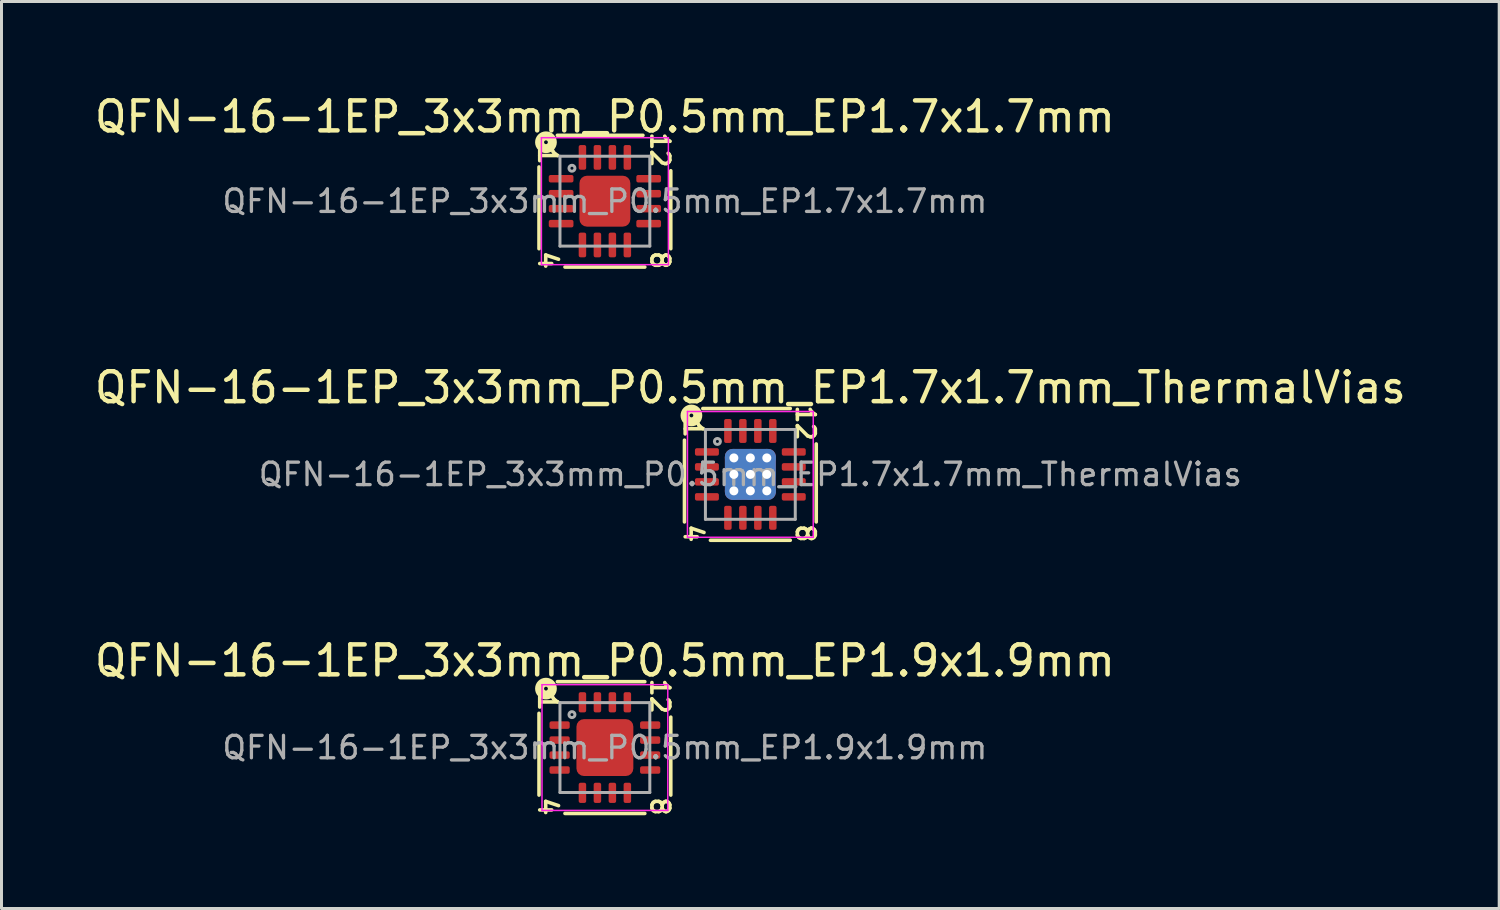
<source format=kicad_pcb>
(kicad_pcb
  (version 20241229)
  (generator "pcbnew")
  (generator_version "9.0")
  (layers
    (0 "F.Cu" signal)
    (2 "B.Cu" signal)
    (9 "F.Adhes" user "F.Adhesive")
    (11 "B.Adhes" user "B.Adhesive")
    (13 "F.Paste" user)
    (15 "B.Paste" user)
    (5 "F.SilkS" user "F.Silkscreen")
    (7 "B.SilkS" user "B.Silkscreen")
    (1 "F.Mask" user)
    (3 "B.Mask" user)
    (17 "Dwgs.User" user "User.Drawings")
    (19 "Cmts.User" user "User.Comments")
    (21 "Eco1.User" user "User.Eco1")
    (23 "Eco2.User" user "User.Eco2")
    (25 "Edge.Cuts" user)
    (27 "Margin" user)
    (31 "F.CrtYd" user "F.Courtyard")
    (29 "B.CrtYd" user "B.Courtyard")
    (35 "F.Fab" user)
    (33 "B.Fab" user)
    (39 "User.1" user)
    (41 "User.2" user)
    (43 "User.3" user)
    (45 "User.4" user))
  (footprint "QFN-16-1EP_3x3mm_P0.5mm_EP1.7x1.7mm_ThermalVias"
    (layer "F.Cu")
    (at 22.006 12.791)
    (property "Reference" "QFN-16-1EP_3x3mm_P0.5mm_EP1.7x1.7mm_ThermalVias" (at 0 -2.9 0) (layer "F.SilkS") (effects (font (size 1 1) (thickness 0.15))))
    (attr smd)
    (fp_line (start -2.2 1.587) (end -2.2 -1.143) (stroke (width 0.12) (type solid)) (layer "F.SilkS"))
    (fp_line (start -1.587 -2.2) (end 1.333 -2.2) (stroke (width 0.12) (type solid)) (layer "F.SilkS"))
    (fp_line (start 1.333 2.2) (end -1.333 2.2) (stroke (width 0.12) (type solid)) (layer "F.SilkS"))
    (fp_line (start 2.2 -1.016) (end 2.2 1.587) (stroke (width 0.12) (type solid)) (layer "F.SilkS"))
    (fp_circle (center -1.968 -1.968) (end -1.905 -1.968) (stroke (width 0.3) (type solid)) (fill no) (layer "F.SilkS"))
    (fp_line (start -2.1 -2.1) (end -2.1 2.1) (stroke (width 0.05) (type solid)) (layer "F.CrtYd"))
    (fp_line (start -2.1 2.1) (end 2.1 2.1) (stroke (width 0.05) (type solid)) (layer "F.CrtYd"))
    (fp_line (start 2.1 -2.1) (end -2.1 -2.1) (stroke (width 0.05) (type solid)) (layer "F.CrtYd"))
    (fp_line (start 2.1 2.1) (end 2.1 -2.1) (stroke (width 0.05) (type solid)) (layer "F.CrtYd"))
    (fp_line (start -1.5 -1.5) (end 1.5 -1.5) (stroke (width 0.1) (type solid)) (layer "F.Fab"))
    (fp_line (start -1.5 1.5) (end -1.5 -1.5) (stroke (width 0.1) (type solid)) (layer "F.Fab"))
    (fp_line (start 1.5 -1.5) (end 1.5 1.5) (stroke (width 0.1) (type solid)) (layer "F.Fab"))
    (fp_line (start 1.5 1.5) (end -1.5 1.5) (stroke (width 0.1) (type solid)) (layer "F.Fab"))
    (fp_circle (center -1.1 -1.1) (end -1 -1.1) (stroke (width 0.1) (type solid)) (fill no) (layer "F.Fab"))
    (fp_text user "12" (at 1.841 -1.714 270) (unlocked yes) (layer "F.SilkS") (effects (font (size 0.6 0.6) (thickness 0.12))))
    (fp_text user "1" (at -1.905 -1.524 270) (unlocked yes) (layer "F.SilkS") (effects (font (size 0.6 0.6) (thickness 0.12))))
    (fp_text user "4" (at -1.905 1.968 270) (unlocked yes) (layer "F.SilkS") (effects (font (size 0.6 0.6) (thickness 0.12))))
    (fp_text user "8" (at 1.841 1.968 270) (unlocked yes) (layer "F.SilkS") (effects (font (size 0.6 0.6) (thickness 0.12))))
    (fp_text user "${REFERENCE}" (at 0 0 0) (layer "F.Fab") (effects (font (size 0.75 0.75) (thickness 0.11))))
    (pad "" smd roundrect (at -0.425 -0.425) (size 0.74 0.74) (layers "F.Paste") (roundrect_rratio 0.25))
    (pad "" smd roundrect (at -0.425 0.425) (size 0.74 0.74) (layers "F.Paste") (roundrect_rratio 0.25))
    (pad "" smd roundrect (at 0.425 -0.425) (size 0.74 0.74) (layers "F.Paste") (roundrect_rratio 0.25))
    (pad "" smd roundrect (at 0.425 0.425) (size 0.74 0.74) (layers "F.Paste") (roundrect_rratio 0.25))
    (pad "1" smd roundrect (at -1.45 -0.75) (size 0.8 0.25) (layers "F.Cu" "F.Mask" "F.Paste") (roundrect_rratio 0.25))
    (pad "2" smd roundrect (at -1.45 -0.25) (size 0.8 0.25) (layers "F.Cu" "F.Mask" "F.Paste") (roundrect_rratio 0.25))
    (pad "3" smd roundrect (at -1.45 0.25) (size 0.8 0.25) (layers "F.Cu" "F.Mask" "F.Paste") (roundrect_rratio 0.25))
    (pad "4" smd roundrect (at -1.45 0.75) (size 0.8 0.25) (layers "F.Cu" "F.Mask" "F.Paste") (roundrect_rratio 0.25))
    (pad "5" smd roundrect (at -0.75 1.45) (size 0.25 0.8) (layers "F.Cu" "F.Mask" "F.Paste") (roundrect_rratio 0.25))
    (pad "6" smd roundrect (at -0.25 1.45) (size 0.25 0.8) (layers "F.Cu" "F.Mask" "F.Paste") (roundrect_rratio 0.25))
    (pad "7" smd roundrect (at 0.25 1.45) (size 0.25 0.8) (layers "F.Cu" "F.Mask" "F.Paste") (roundrect_rratio 0.25))
    (pad "8" smd roundrect (at 0.75 1.45) (size 0.25 0.8) (layers "F.Cu" "F.Mask" "F.Paste") (roundrect_rratio 0.25))
    (pad "9" smd roundrect (at 1.45 0.75) (size 0.8 0.25) (layers "F.Cu" "F.Mask" "F.Paste") (roundrect_rratio 0.25))
    (pad "10" smd roundrect (at 1.45 0.25) (size 0.8 0.25) (layers "F.Cu" "F.Mask" "F.Paste") (roundrect_rratio 0.25))
    (pad "11" smd roundrect (at 1.45 -0.25) (size 0.8 0.25) (layers "F.Cu" "F.Mask" "F.Paste") (roundrect_rratio 0.25))
    (pad "12" smd roundrect (at 1.45 -0.75) (size 0.8 0.25) (layers "F.Cu" "F.Mask" "F.Paste") (roundrect_rratio 0.25))
    (pad "13" smd roundrect (at 0.75 -1.45) (size 0.25 0.8) (layers "F.Cu" "F.Mask" "F.Paste") (roundrect_rratio 0.25))
    (pad "14" smd roundrect (at 0.25 -1.45) (size 0.25 0.8) (layers "F.Cu" "F.Mask" "F.Paste") (roundrect_rratio 0.25))
    (pad "15" smd roundrect (at -0.25 -1.45) (size 0.25 0.8) (layers "F.Cu" "F.Mask" "F.Paste") (roundrect_rratio 0.25))
    (pad "16" smd roundrect (at -0.75 -1.45) (size 0.25 0.8) (layers "F.Cu" "F.Mask" "F.Paste") (roundrect_rratio 0.25))
    (pad "17" thru_hole circle (at -0.55 -0.55) (size 0.6 0.6) (drill 0.3) (property pad_prop_heatsink) (layers "*.Cu"))
    (pad "17" thru_hole circle (at -0.55 0) (size 0.6 0.6) (drill 0.3) (property pad_prop_heatsink) (layers "*.Cu"))
    (pad "17" thru_hole circle (at -0.55 0.55) (size 0.6 0.6) (drill 0.3) (property pad_prop_heatsink) (layers "*.Cu"))
    (pad "17" thru_hole circle (at 0 -0.55) (size 0.6 0.6) (drill 0.3) (property pad_prop_heatsink) (layers "*.Cu"))
    (pad "17" thru_hole circle (at 0 0) (size 0.6 0.6) (drill 0.3) (property pad_prop_heatsink) (layers "*.Cu"))
    (pad "17" smd roundrect (at 0 0) (size 1.7 1.7) (layers "F.Cu" "F.Mask") (roundrect_rratio 0.147))
    (pad "17" smd roundrect (at 0 0) (size 1.7 1.7) (layers "B.Cu" "B.Mask") (roundrect_rratio 0.147))
    (pad "17" thru_hole circle (at 0 0.55) (size 0.6 0.6) (drill 0.3) (property pad_prop_heatsink) (layers "*.Cu"))
    (pad "17" thru_hole circle (at 0.55 -0.55) (size 0.6 0.6) (drill 0.3) (property pad_prop_heatsink) (layers "*.Cu"))
    (pad "17" thru_hole circle (at 0.55 0) (size 0.6 0.6) (drill 0.3) (property pad_prop_heatsink) (layers "*.Cu"))
    (pad "17" thru_hole circle (at 0.55 0.55) (size 0.6 0.6) (drill 0.3) (property pad_prop_heatsink) (layers "*.Cu")))
  (footprint "QFN-16-1EP_3x3mm_P0.5mm_EP1.9x1.9mm"
    (layer "F.Cu")
    (at 17.149 21.913)
    (property "Reference" "QFN-16-1EP_3x3mm_P0.5mm_EP1.9x1.9mm" (at 0 -2.9 0) (layer "F.SilkS") (effects (font (size 1 1) (thickness 0.15))))
    (attr smd)
    (fp_line (start -2.2 1.587) (end -2.2 -1.143) (stroke (width 0.12) (type solid)) (layer "F.SilkS"))
    (fp_line (start -1.587 -2.2) (end 1.333 -2.2) (stroke (width 0.12) (type solid)) (layer "F.SilkS"))
    (fp_line (start 1.333 2.2) (end -1.333 2.2) (stroke (width 0.12) (type solid)) (layer "F.SilkS"))
    (fp_line (start 2.2 -1.016) (end 2.2 1.587) (stroke (width 0.12) (type solid)) (layer "F.SilkS"))
    (fp_circle (center -1.968 -1.968) (end -1.905 -1.968) (stroke (width 0.3) (type solid)) (fill no) (layer "F.SilkS"))
    (fp_line (start -2.1 -2.1) (end -2.1 2.1) (stroke (width 0.05) (type solid)) (layer "F.CrtYd"))
    (fp_line (start -2.1 2.1) (end 2.1 2.1) (stroke (width 0.05) (type solid)) (layer "F.CrtYd"))
    (fp_line (start 2.1 -2.1) (end -2.1 -2.1) (stroke (width 0.05) (type solid)) (layer "F.CrtYd"))
    (fp_line (start 2.1 2.1) (end 2.1 -2.1) (stroke (width 0.05) (type solid)) (layer "F.CrtYd"))
    (fp_line (start -1.5 -1.5) (end 1.5 -1.5) (stroke (width 0.1) (type solid)) (layer "F.Fab"))
    (fp_line (start -1.5 1.5) (end -1.5 -1.5) (stroke (width 0.1) (type solid)) (layer "F.Fab"))
    (fp_line (start 1.5 -1.5) (end 1.5 1.5) (stroke (width 0.1) (type solid)) (layer "F.Fab"))
    (fp_line (start 1.5 1.5) (end -1.5 1.5) (stroke (width 0.1) (type solid)) (layer "F.Fab"))
    (fp_circle (center -1.1 -1.1) (end -1 -1.1) (stroke (width 0.1) (type solid)) (fill no) (layer "F.Fab"))
    (fp_text user "1" (at -1.905 -1.524 270) (unlocked yes) (layer "F.SilkS") (effects (font (size 0.6 0.6) (thickness 0.12))))
    (fp_text user "4" (at -1.905 1.968 270) (unlocked yes) (layer "F.SilkS") (effects (font (size 0.6 0.6) (thickness 0.12))))
    (fp_text user "8" (at 1.841 1.968 270) (unlocked yes) (layer "F.SilkS") (effects (font (size 0.6 0.6) (thickness 0.12))))
    (fp_text user "12" (at 1.841 -1.714 270) (unlocked yes) (layer "F.SilkS") (effects (font (size 0.6 0.6) (thickness 0.12))))
    (fp_text user "${REFERENCE}" (at 0 0 0) (layer "F.Fab") (effects (font (size 0.75 0.75) (thickness 0.11))))
    (pad "" smd roundrect (at -0.475 -0.475) (size 0.77 0.77) (layers "F.Paste") (roundrect_rratio 0.25))
    (pad "" smd roundrect (at -0.475 0.475) (size 0.77 0.77) (layers "F.Paste") (roundrect_rratio 0.25))
    (pad "" smd roundrect (at 0.475 -0.475) (size 0.77 0.77) (layers "F.Paste") (roundrect_rratio 0.25))
    (pad "" smd roundrect (at 0.475 0.475) (size 0.77 0.77) (layers "F.Paste") (roundrect_rratio 0.25))
    (pad "1" smd roundrect (at -1.512 -0.75) (size 0.675 0.25) (layers "F.Cu" "F.Mask" "F.Paste") (roundrect_rratio 0.25))
    (pad "2" smd roundrect (at -1.512 -0.25) (size 0.675 0.25) (layers "F.Cu" "F.Mask" "F.Paste") (roundrect_rratio 0.25))
    (pad "3" smd roundrect (at -1.512 0.25) (size 0.675 0.25) (layers "F.Cu" "F.Mask" "F.Paste") (roundrect_rratio 0.25))
    (pad "4" smd roundrect (at -1.512 0.75) (size 0.675 0.25) (layers "F.Cu" "F.Mask" "F.Paste") (roundrect_rratio 0.25))
    (pad "5" smd roundrect (at -0.75 1.512) (size 0.25 0.675) (layers "F.Cu" "F.Mask" "F.Paste") (roundrect_rratio 0.25))
    (pad "6" smd roundrect (at -0.25 1.512) (size 0.25 0.675) (layers "F.Cu" "F.Mask" "F.Paste") (roundrect_rratio 0.25))
    (pad "7" smd roundrect (at 0.25 1.512) (size 0.25 0.675) (layers "F.Cu" "F.Mask" "F.Paste") (roundrect_rratio 0.25))
    (pad "8" smd roundrect (at 0.75 1.512) (size 0.25 0.675) (layers "F.Cu" "F.Mask" "F.Paste") (roundrect_rratio 0.25))
    (pad "9" smd roundrect (at 1.512 0.75) (size 0.675 0.25) (layers "F.Cu" "F.Mask" "F.Paste") (roundrect_rratio 0.25))
    (pad "10" smd roundrect (at 1.512 0.25) (size 0.675 0.25) (layers "F.Cu" "F.Mask" "F.Paste") (roundrect_rratio 0.25))
    (pad "11" smd roundrect (at 1.512 -0.25) (size 0.675 0.25) (layers "F.Cu" "F.Mask" "F.Paste") (roundrect_rratio 0.25))
    (pad "12" smd roundrect (at 1.512 -0.75) (size 0.675 0.25) (layers "F.Cu" "F.Mask" "F.Paste") (roundrect_rratio 0.25))
    (pad "13" smd roundrect (at 0.75 -1.512) (size 0.25 0.675) (layers "F.Cu" "F.Mask" "F.Paste") (roundrect_rratio 0.25))
    (pad "14" smd roundrect (at 0.25 -1.512) (size 0.25 0.675) (layers "F.Cu" "F.Mask" "F.Paste") (roundrect_rratio 0.25))
    (pad "15" smd roundrect (at -0.25 -1.512) (size 0.25 0.675) (layers "F.Cu" "F.Mask" "F.Paste") (roundrect_rratio 0.25))
    (pad "16" smd roundrect (at -0.75 -1.512) (size 0.25 0.675) (layers "F.Cu" "F.Mask" "F.Paste") (roundrect_rratio 0.25))
    (pad "17" smd roundrect (at 0 0) (size 1.9 1.9) (layers "F.Cu" "F.Mask") (roundrect_rratio 0.132)))
  (footprint "QFN-16-1EP_3x3mm_P0.5mm_EP1.7x1.7mm"
    (layer "F.Cu")
    (at 17.149 3.668)
    (property "Reference" "QFN-16-1EP_3x3mm_P0.5mm_EP1.7x1.7mm" (at 0 -2.82 0) (layer "F.SilkS") (effects (font (size 1 1) (thickness 0.15))))
    (attr smd)
    (fp_line (start -2.2 1.587) (end -2.2 -1.143) (stroke (width 0.12) (type solid)) (layer "F.SilkS"))
    (fp_line (start -1.587 -2.2) (end 1.27 -2.2) (stroke (width 0.12) (type solid)) (layer "F.SilkS"))
    (fp_line (start 1.333 2.2) (end -1.333 2.2) (stroke (width 0.12) (type solid)) (layer "F.SilkS"))
    (fp_line (start 2.2 -1.016) (end 2.2 1.587) (stroke (width 0.12) (type solid)) (layer "F.SilkS"))
    (fp_circle (center -1.968 -1.968) (end -1.905 -1.968) (stroke (width 0.3) (type solid)) (fill no) (layer "F.SilkS"))
    (fp_line (start -2.12 -2.12) (end -2.12 2.12) (stroke (width 0.05) (type solid)) (layer "F.CrtYd"))
    (fp_line (start -2.12 2.12) (end 2.12 2.12) (stroke (width 0.05) (type solid)) (layer "F.CrtYd"))
    (fp_line (start 2.12 -2.12) (end -2.12 -2.12) (stroke (width 0.05) (type solid)) (layer "F.CrtYd"))
    (fp_line (start 2.12 2.12) (end 2.12 -2.12) (stroke (width 0.05) (type solid)) (layer "F.CrtYd"))
    (fp_line (start -1.5 -1.5) (end 1.5 -1.5) (stroke (width 0.1) (type solid)) (layer "F.Fab"))
    (fp_line (start -1.5 1.5) (end -1.5 -1.5) (stroke (width 0.1) (type solid)) (layer "F.Fab"))
    (fp_line (start 1.5 -1.5) (end 1.5 1.5) (stroke (width 0.1) (type solid)) (layer "F.Fab"))
    (fp_line (start 1.5 1.5) (end -1.5 1.5) (stroke (width 0.1) (type solid)) (layer "F.Fab"))
    (fp_circle (center -1.1 -1.1) (end -1 -1.1) (stroke (width 0.1) (type solid)) (fill no) (layer "F.Fab"))
    (fp_text user "4" (at -1.905 1.968 270) (unlocked yes) (layer "F.SilkS") (effects (font (size 0.6 0.6) (thickness 0.12))))
    (fp_text user "8" (at 1.841 1.968 270) (unlocked yes) (layer "F.SilkS") (effects (font (size 0.6 0.6) (thickness 0.12))))
    (fp_text user "12" (at 1.841 -1.714 270) (unlocked yes) (layer "F.SilkS") (effects (font (size 0.6 0.6) (thickness 0.12))))
    (fp_text user "1" (at -1.905 -1.524 270) (unlocked yes) (layer "F.SilkS") (effects (font (size 0.6 0.6) (thickness 0.12))))
    (fp_text user "${REFERENCE}" (at 0 0 0) (layer "F.Fab") (effects (font (size 0.75 0.75) (thickness 0.11))))
    (pad "" smd roundrect (at -0.425 -0.425) (size 0.69 0.69) (layers "F.Paste") (roundrect_rratio 0.25))
    (pad "" smd roundrect (at -0.425 0.425) (size 0.69 0.69) (layers "F.Paste") (roundrect_rratio 0.25))
    (pad "" smd roundrect (at 0.425 -0.425) (size 0.69 0.69) (layers "F.Paste") (roundrect_rratio 0.25))
    (pad "" smd roundrect (at 0.425 0.425) (size 0.69 0.69) (layers "F.Paste") (roundrect_rratio 0.25))
    (pad "1" smd roundrect (at -1.462 -0.75) (size 0.825 0.25) (layers "F.Cu" "F.Mask" "F.Paste") (roundrect_rratio 0.25))
    (pad "2" smd roundrect (at -1.462 -0.25) (size 0.825 0.25) (layers "F.Cu" "F.Mask" "F.Paste") (roundrect_rratio 0.25))
    (pad "3" smd roundrect (at -1.462 0.25) (size 0.825 0.25) (layers "F.Cu" "F.Mask" "F.Paste") (roundrect_rratio 0.25))
    (pad "4" smd roundrect (at -1.462 0.75) (size 0.825 0.25) (layers "F.Cu" "F.Mask" "F.Paste") (roundrect_rratio 0.25))
    (pad "5" smd roundrect (at -0.75 1.462) (size 0.25 0.825) (layers "F.Cu" "F.Mask" "F.Paste") (roundrect_rratio 0.25))
    (pad "6" smd roundrect (at -0.25 1.462) (size 0.25 0.825) (layers "F.Cu" "F.Mask" "F.Paste") (roundrect_rratio 0.25))
    (pad "7" smd roundrect (at 0.25 1.462) (size 0.25 0.825) (layers "F.Cu" "F.Mask" "F.Paste") (roundrect_rratio 0.25))
    (pad "8" smd roundrect (at 0.75 1.462) (size 0.25 0.825) (layers "F.Cu" "F.Mask" "F.Paste") (roundrect_rratio 0.25))
    (pad "9" smd roundrect (at 1.462 0.75) (size 0.825 0.25) (layers "F.Cu" "F.Mask" "F.Paste") (roundrect_rratio 0.25))
    (pad "10" smd roundrect (at 1.462 0.25) (size 0.825 0.25) (layers "F.Cu" "F.Mask" "F.Paste") (roundrect_rratio 0.25))
    (pad "11" smd roundrect (at 1.462 -0.25) (size 0.825 0.25) (layers "F.Cu" "F.Mask" "F.Paste") (roundrect_rratio 0.25))
    (pad "12" smd roundrect (at 1.462 -0.75) (size 0.825 0.25) (layers "F.Cu" "F.Mask" "F.Paste") (roundrect_rratio 0.25))
    (pad "13" smd roundrect (at 0.75 -1.462) (size 0.25 0.825) (layers "F.Cu" "F.Mask" "F.Paste") (roundrect_rratio 0.25))
    (pad "14" smd roundrect (at 0.25 -1.462) (size 0.25 0.825) (layers "F.Cu" "F.Mask" "F.Paste") (roundrect_rratio 0.25))
    (pad "15" smd roundrect (at -0.25 -1.462) (size 0.25 0.825) (layers "F.Cu" "F.Mask" "F.Paste") (roundrect_rratio 0.25))
    (pad "16" smd roundrect (at -0.75 -1.462) (size 0.25 0.825) (layers "F.Cu" "F.Mask" "F.Paste") (roundrect_rratio 0.25))
    (pad "17" smd roundrect (at 0 0) (size 1.7 1.7) (layers "F.Cu" "F.Mask") (roundrect_rratio 0.147)))
  (gr_rect
    (start -3 -3)
    (end 47.012 27.287)
    (stroke (width 0.1) (type default))
    (fill no)
    (layer "Edge.Cuts")))
</source>
